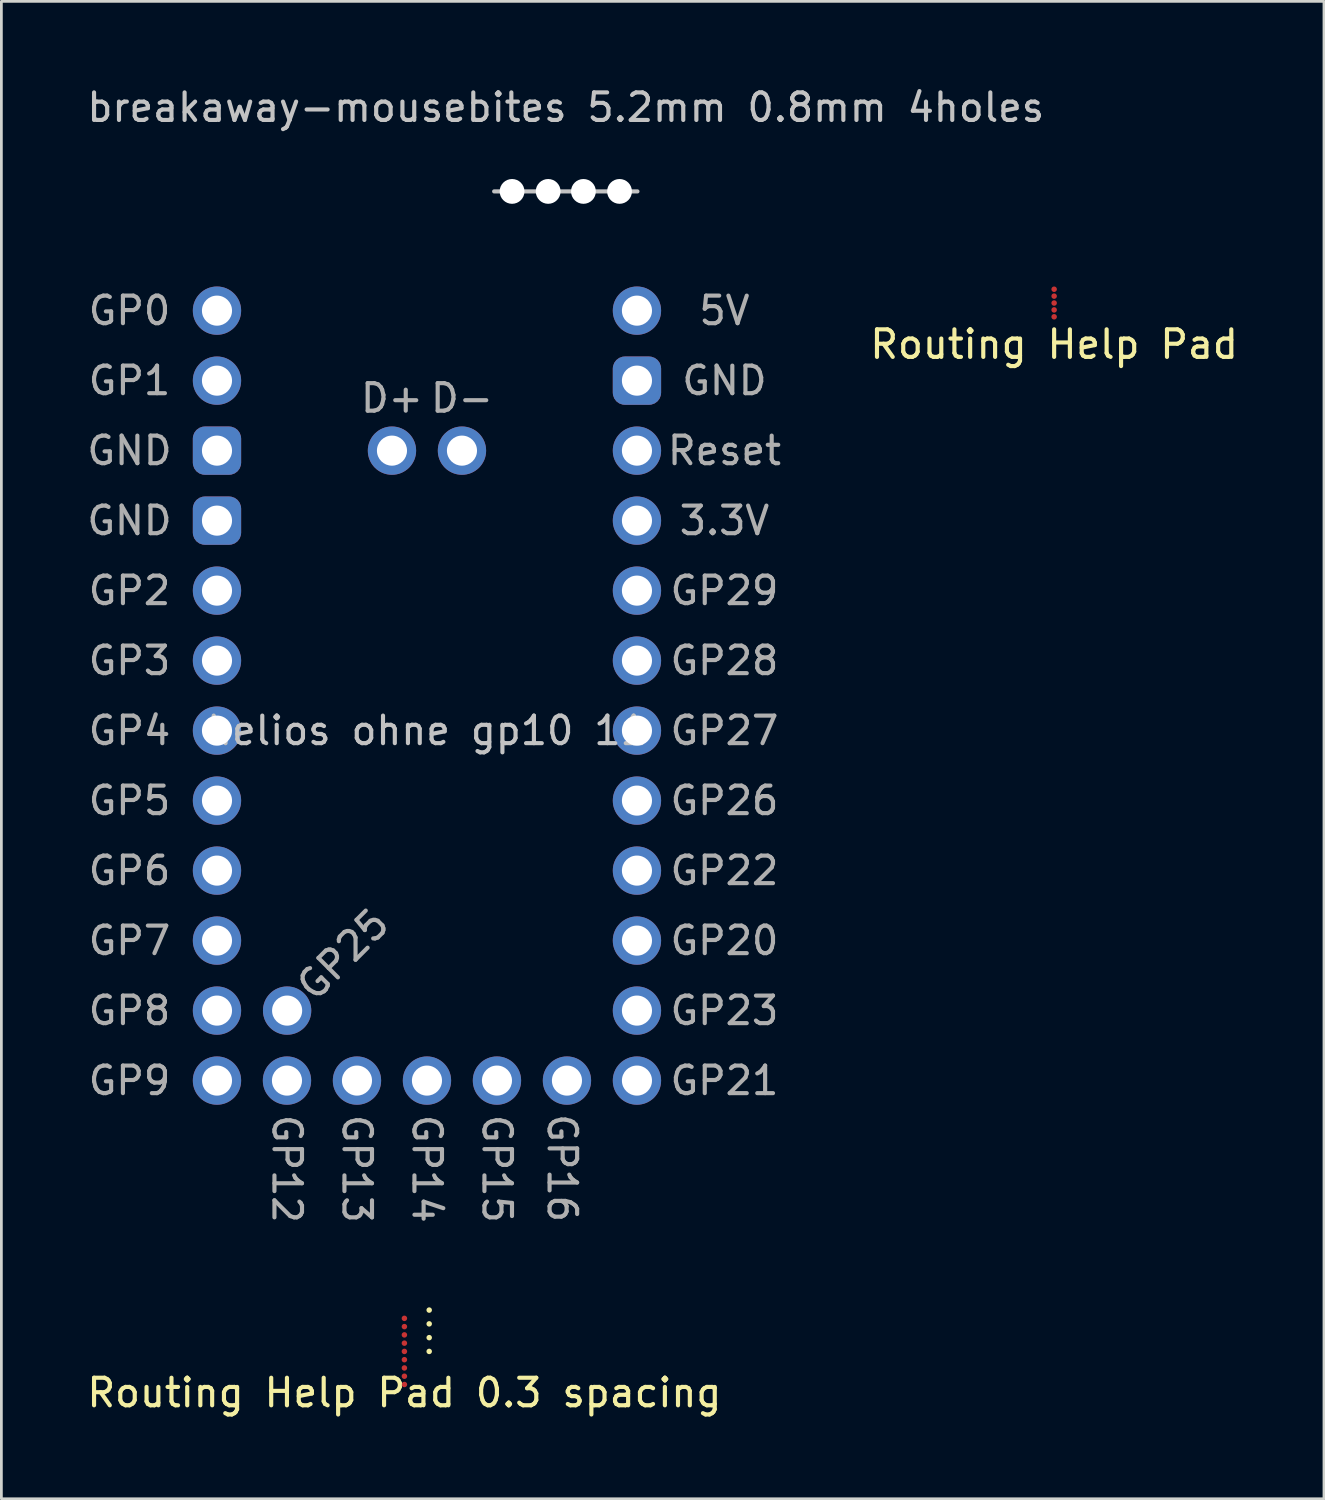
<source format=kicad_pcb>
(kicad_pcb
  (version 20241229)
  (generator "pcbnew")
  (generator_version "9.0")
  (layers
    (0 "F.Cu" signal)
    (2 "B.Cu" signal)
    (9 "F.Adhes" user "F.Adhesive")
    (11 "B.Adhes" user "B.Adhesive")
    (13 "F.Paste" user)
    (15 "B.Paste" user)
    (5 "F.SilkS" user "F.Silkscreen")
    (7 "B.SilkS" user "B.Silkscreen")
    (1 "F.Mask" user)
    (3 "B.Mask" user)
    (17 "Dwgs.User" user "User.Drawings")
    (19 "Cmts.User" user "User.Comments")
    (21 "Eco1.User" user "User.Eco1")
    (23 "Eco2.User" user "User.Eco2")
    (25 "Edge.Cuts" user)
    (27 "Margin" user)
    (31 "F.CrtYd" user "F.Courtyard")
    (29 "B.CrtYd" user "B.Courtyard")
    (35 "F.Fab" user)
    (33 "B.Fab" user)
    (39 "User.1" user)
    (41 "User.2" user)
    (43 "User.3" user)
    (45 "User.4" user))
  (footprint "Routing Help Pad 0.3 spacing"
    (placed yes)
    (layer "F.Cu")
    (at 11.625 45.991)
    (property "Reference" "Routing Help Pad 0.3 spacing" (at -0.000002 1.5 0) (layer "F.SilkS") (effects (font (size 1 1) (thickness 0.15))))
    (attr through_hole)
    (fp_circle (center 0.9 -1.5) (end 0.9 -1.5) (stroke (width 0.1) (type default)) (fill no) (layer "F.SilkS"))
    (fp_circle (center 0.9 -1) (end 0.9 -1) (stroke (width 0.1) (type default)) (fill no) (layer "F.SilkS"))
    (fp_circle (center 0.9 -0.5) (end 0.9 -0.5) (stroke (width 0.1) (type default)) (fill no) (layer "F.SilkS"))
    (fp_circle (center 0.9 0) (end 0.9 0) (stroke (width 0.1) (type default)) (fill no) (layer "F.SilkS"))
    (pad "2" smd circle (at 0 -1.2) (size 0.2 0.2) (property pad_prop_testpoint) (layers "F.Cu" "F.Mask" "F.Paste"))
    (pad "2" smd circle (at 0 -0.9) (size 0.2 0.2) (property pad_prop_testpoint) (layers "F.Cu" "F.Mask" "F.Paste"))
    (pad "2" smd circle (at 0 -0.6) (size 0.2 0.2) (property pad_prop_testpoint) (layers "F.Cu" "F.Mask" "F.Paste"))
    (pad "2" smd circle (at 0 -0.3) (size 0.2 0.2) (property pad_prop_testpoint) (layers "F.Cu" "F.Mask" "F.Paste"))
    (pad "2" smd circle (at 0 0) (size 0.2 0.2) (property pad_prop_testpoint) (layers "F.Cu" "F.Mask" "F.Paste"))
    (pad "2" smd circle (at 0 0.3) (size 0.2 0.2) (property pad_prop_testpoint) (layers "F.Cu" "F.Mask" "F.Paste"))
    (pad "2" smd circle (at 0 0.6) (size 0.2 0.2) (property pad_prop_testpoint) (layers "F.Cu" "F.Mask" "F.Paste"))
    (pad "2" smd circle (at 0 0.9) (size 0.2 0.2) (property pad_prop_testpoint) (layers "F.Cu" "F.Mask" "F.Paste"))
    (pad "2" smd circle (at 0 1.2) (size 0.2 0.2) (property pad_prop_testpoint) (layers "F.Cu" "F.Mask" "F.Paste")))
  (footprint "Routing Help Pad"
    (placed yes)
    (layer "F.Cu")
    (at 35.203 7.946)
    (property "Reference" "Routing Help Pad" (at -0.000002 1.5 0) (layer "F.SilkS") (effects (font (size 1 1) (thickness 0.15))))
    (attr through_hole)
    (pad "2" smd circle (at 0 -0.5) (size 0.2 0.2) (property pad_prop_testpoint) (layers "F.Cu" "F.Mask" "F.Paste"))
    (pad "2" smd circle (at 0 -0.25) (size 0.2 0.2) (property pad_prop_testpoint) (layers "F.Cu" "F.Mask" "F.Paste"))
    (pad "2" smd circle (at 0 0) (size 0.2 0.2) (property pad_prop_testpoint) (layers "F.Cu" "F.Mask" "F.Paste"))
    (pad "2" smd circle (at 0 0.25) (size 0.2 0.2) (property pad_prop_testpoint) (layers "F.Cu" "F.Mask" "F.Paste"))
    (pad "2" smd circle (at 0 0.5) (size 0.2 0.2) (property pad_prop_testpoint) (layers "F.Cu" "F.Mask" "F.Paste")))
  (footprint "helios ohne gp10 11"
    (layer "F.Cu")
    (at 12.444 22.193)
    (property "Reference" "helios ohne gp10 11" (at 0 1.27 0) (layer "Dwgs.User") (effects (font (size 1 1) (thickness 0.15))))
    (fp_text user "GP13" (at -2.54 17.171 270) (unlocked yes) (layer "F.Fab") (effects (font (size 1 1) (thickness 0.15))))
    (fp_text user "GP16" (at 4.904 17.145 270) (unlocked yes) (layer "F.Fab") (effects (font (size 1 1) (thickness 0.15))))
    (fp_text user "GP3" (at -10.795 -1.27 0) (unlocked yes) (layer "F.Fab") (effects (font (size 1 1) (thickness 0.15))))
    (fp_text user "GP28" (at 10.795 -1.27 0) (unlocked yes) (layer "F.Fab") (effects (font (size 1 1) (thickness 0.15))))
    (fp_text user "GP6" (at -10.795 6.35 0) (unlocked yes) (layer "F.Fab") (effects (font (size 1 1) (thickness 0.15))))
    (fp_text user "GP27" (at 10.795 1.27 0) (unlocked yes) (layer "F.Fab") (effects (font (size 1 1) (thickness 0.15))))
    (fp_text user "GP7" (at -10.795 8.89 0) (unlocked yes) (layer "F.Fab") (effects (font (size 1 1) (thickness 0.15))))
    (fp_text user "GP21" (at 10.795 13.97 0) (unlocked yes) (layer "F.Fab") (effects (font (size 1 1) (thickness 0.15))))
    (fp_text user "GP29" (at 10.795 -3.81 0) (unlocked yes) (layer "F.Fab") (effects (font (size 1 1) (thickness 0.15))))
    (fp_text user "GP5" (at -10.795 3.81 0) (unlocked yes) (layer "F.Fab") (effects (font (size 1 1) (thickness 0.15))))
    (fp_text user "GP12" (at -5.08 17.171 270) (unlocked yes) (layer "F.Fab") (effects (font (size 1 1) (thickness 0.15))))
    (fp_text user "GP23" (at 10.795 11.43 0) (unlocked yes) (layer "F.Fab") (effects (font (size 1 1) (thickness 0.15))))
    (fp_text user "D-" (at 1.27 -10.795 0) (unlocked yes) (layer "F.Fab") (effects (font (size 1 1) (thickness 0.15))))
    (fp_text user "GP15" (at 2.54 17.171 270) (unlocked yes) (layer "F.Fab") (effects (font (size 1 1) (thickness 0.15))))
    (fp_text user "GP8" (at -10.795 11.43 0) (unlocked yes) (layer "F.Fab") (effects (font (size 1 1) (thickness 0.15))))
    (fp_text user "GP0" (at -10.795 -13.97 0) (unlocked yes) (layer "F.Fab") (effects (font (size 1 1) (thickness 0.15))))
    (fp_text user "GP9" (at -10.795 13.97 0) (unlocked yes) (layer "F.Fab") (effects (font (size 1 1) (thickness 0.15))))
    (fp_text user "GND" (at -10.795 -8.89 0) (unlocked yes) (layer "F.Fab") (effects (font (size 1 1) (thickness 0.15))))
    (fp_text user "5V" (at 10.795 -13.97 0) (unlocked yes) (layer "F.Fab") (effects (font (size 1 1) (thickness 0.15))))
    (fp_text user "GP22" (at 10.795 6.35 0) (unlocked yes) (layer "F.Fab") (effects (font (size 1 1) (thickness 0.15))))
    (fp_text user "Reset" (at 10.795 -8.89 0) (unlocked yes) (layer "F.Fab") (effects (font (size 1 1) (thickness 0.15))))
    (fp_text user "D+" (at -1.27 -10.795 0) (unlocked yes) (layer "F.Fab") (effects (font (size 1 1) (thickness 0.15))))
    (fp_text user "GP14" (at 0 17.171 270) (unlocked yes) (layer "F.Fab") (effects (font (size 1 1) (thickness 0.15))))
    (fp_text user "GND" (at 10.795 -11.43 0) (unlocked yes) (layer "F.Fab") (effects (font (size 1 1) (thickness 0.15))))
    (fp_text user "GP2" (at -10.795 -3.81 0) (unlocked yes) (layer "F.Fab") (effects (font (size 1 1) (thickness 0.15))))
    (fp_text user "GND" (at -10.795 -6.35 0) (unlocked yes) (layer "F.Fab") (effects (font (size 1 1) (thickness 0.15))))
    (fp_text user "GP20" (at 10.795 8.89 0) (unlocked yes) (layer "F.Fab") (effects (font (size 1 1) (thickness 0.15))))
    (fp_text user "GP4" (at -10.795 1.27 0) (unlocked yes) (layer "F.Fab") (effects (font (size 1 1) (thickness 0.15))))
    (fp_text user "3.3V" (at 10.795 -6.35 0) (unlocked yes) (layer "F.Fab") (effects (font (size 1 1) (thickness 0.15))))
    (fp_text user "GP26" (at 10.795 3.81 0) (unlocked yes) (layer "F.Fab") (effects (font (size 1 1) (thickness 0.15))))
    (fp_text user "GP25" (at -3.048 9.398 45) (unlocked yes) (layer "F.Fab") (effects (font (size 1 1) (thickness 0.15))))
    (fp_text user "GP1" (at -10.795 -11.43 0) (unlocked yes) (layer "F.Fab") (effects (font (size 1 1) (thickness 0.15))))
    (pad "2" thru_hole circle (at -7.62 -13.97 270) (size 1.753 1.753) (drill 1.092) (layers "*.Cu" "*.Mask"))
    (pad "3" thru_hole circle (at -7.62 -11.43 270) (size 1.753 1.753) (drill 1.092) (layers "*.Cu" "*.Mask"))
    (pad "4" thru_hole roundrect (at -7.62 -8.89 270) (size 1.753 1.753) (drill 1.092) (layers "*.Cu" "*.Mask") (roundrect_rratio 0.25))
    (pad "5" thru_hole roundrect (at -7.62 -6.35 270) (size 1.753 1.753) (drill 1.092) (layers "*.Cu" "*.Mask") (roundrect_rratio 0.25))
    (pad "6" thru_hole circle (at -7.62 -3.81 270) (size 1.753 1.753) (drill 1.092) (layers "*.Cu" "*.Mask"))
    (pad "7" thru_hole circle (at -7.62 -1.27 270) (size 1.753 1.753) (drill 1.092) (layers "*.Cu" "*.Mask"))
    (pad "8" thru_hole circle (at -7.62 1.27 270) (size 1.753 1.753) (drill 1.092) (layers "*.Cu" "*.Mask"))
    (pad "9" thru_hole circle (at -7.62 3.81 270) (size 1.753 1.753) (drill 1.092) (layers "*.Cu" "*.Mask"))
    (pad "10" thru_hole circle (at -7.62 6.35 270) (size 1.753 1.753) (drill 1.092) (layers "*.Cu" "*.Mask"))
    (pad "11" thru_hole circle (at -7.62 8.89 270) (size 1.753 1.753) (drill 1.092) (layers "*.Cu" "*.Mask"))
    (pad "12" thru_hole circle (at -7.62 11.43 270) (size 1.753 1.753) (drill 1.092) (layers "*.Cu" "*.Mask"))
    (pad "13" thru_hole circle (at -7.62 13.97 270) (size 1.753 1.753) (drill 1.092) (layers "*.Cu" "*.Mask"))
    (pad "14" thru_hole circle (at -5.08 13.97 270) (size 1.753 1.753) (drill 1.092) (layers "*.Cu" "*.Mask"))
    (pad "15" thru_hole circle (at -2.54 13.97 270) (size 1.753 1.753) (drill 1.092) (layers "*.Cu" "*.Mask"))
    (pad "16" thru_hole circle (at 0 13.97 270) (size 1.753 1.753) (drill 1.092) (layers "*.Cu" "*.Mask"))
    (pad "17" thru_hole circle (at 2.54 13.97 270) (size 1.753 1.753) (drill 1.092) (layers "*.Cu" "*.Mask"))
    (pad "18" thru_hole circle (at 5.08 13.97 270) (size 1.753 1.753) (drill 1.092) (layers "*.Cu" "*.Mask"))
    (pad "19" thru_hole circle (at 7.62 13.97 270) (size 1.753 1.753) (drill 1.092) (layers "*.Cu" "*.Mask"))
    (pad "20" thru_hole circle (at 7.62 11.43 270) (size 1.753 1.753) (drill 1.092) (layers "*.Cu" "*.Mask"))
    (pad "21" thru_hole circle (at 7.62 8.89 270) (size 1.753 1.753) (drill 1.092) (layers "*.Cu" "*.Mask"))
    (pad "22" thru_hole circle (at 7.62 6.35 270) (size 1.753 1.753) (drill 1.092) (layers "*.Cu" "*.Mask"))
    (pad "23" thru_hole circle (at 7.62 3.81 270) (size 1.753 1.753) (drill 1.092) (layers "*.Cu" "*.Mask"))
    (pad "24" thru_hole circle (at 7.62 1.27 270) (size 1.753 1.753) (drill 1.092) (layers "*.Cu" "*.Mask"))
    (pad "25" thru_hole circle (at 7.62 -1.27 270) (size 1.753 1.753) (drill 1.092) (layers "*.Cu" "*.Mask"))
    (pad "26" thru_hole circle (at 7.62 -3.81 270) (size 1.753 1.753) (drill 1.092) (layers "*.Cu" "*.Mask"))
    (pad "27" thru_hole circle (at 7.62 -6.35 270) (size 1.753 1.753) (drill 1.092) (layers "*.Cu" "*.Mask"))
    (pad "28" thru_hole circle (at 7.62 -8.89 270) (size 1.753 1.753) (drill 1.092) (layers "*.Cu" "*.Mask"))
    (pad "29" thru_hole roundrect (at 7.62 -11.43 270) (size 1.753 1.753) (drill 1.092) (layers "*.Cu" "*.Mask") (roundrect_rratio 0.25))
    (pad "30" thru_hole circle (at 7.62 -13.97 270) (size 1.753 1.753) (drill 1.092) (layers "*.Cu" "*.Mask"))
    (pad "32" thru_hole circle (at -5.075 11.43 270) (size 1.753 1.753) (drill 1.092) (layers "*.Cu" "*.Mask"))
    (pad "33" thru_hole circle (at 1.27 -8.89 270) (size 1.753 1.753) (drill 1.092) (layers "*.Cu" "*.Mask"))
    (pad "34" thru_hole circle (at -1.27 -8.89 270) (size 1.753 1.753) (drill 1.092) (layers "*.Cu" "*.Mask")))
  (footprint "breakaway-mousebites 5.2mm 0.8mm 4holes"
    (layer "F.Cu")
    (at 17.482 3.896)
    (property "Reference" "breakaway-mousebites 5.2mm 0.8mm 4holes" (at 0 -3.048 0) (layer "Dwgs.User") (effects (font (size 1 1) (thickness 0.15))))
    (attr through_hole board_only)
    (fp_line (start -2.6 0) (end 2.6 0) (stroke (width 0.15) (type solid)) (layer "Dwgs.User"))
    (pad "" np_thru_hole circle (at -1.95 0) (size 0.9 0.9) (drill 0.9) (layers "*.Cu" "*.Mask"))
    (pad "" np_thru_hole circle (at -0.64 0) (size 0.9 0.9) (drill 0.9) (layers "*.Cu" "*.Mask"))
    (pad "" np_thru_hole circle (at 0.64 0) (size 0.9 0.9) (drill 0.9) (layers "*.Cu" "*.Mask"))
    (pad "" np_thru_hole circle (at 1.95 0) (size 0.9 0.9) (drill 0.9) (layers "*.Cu" "*.Mask")))
  (gr_rect
    (start -3 -3)
    (end 44.995 51.339)
    (stroke (width 0.1) (type default))
    (fill no)
    (layer "Edge.Cuts")))
</source>
